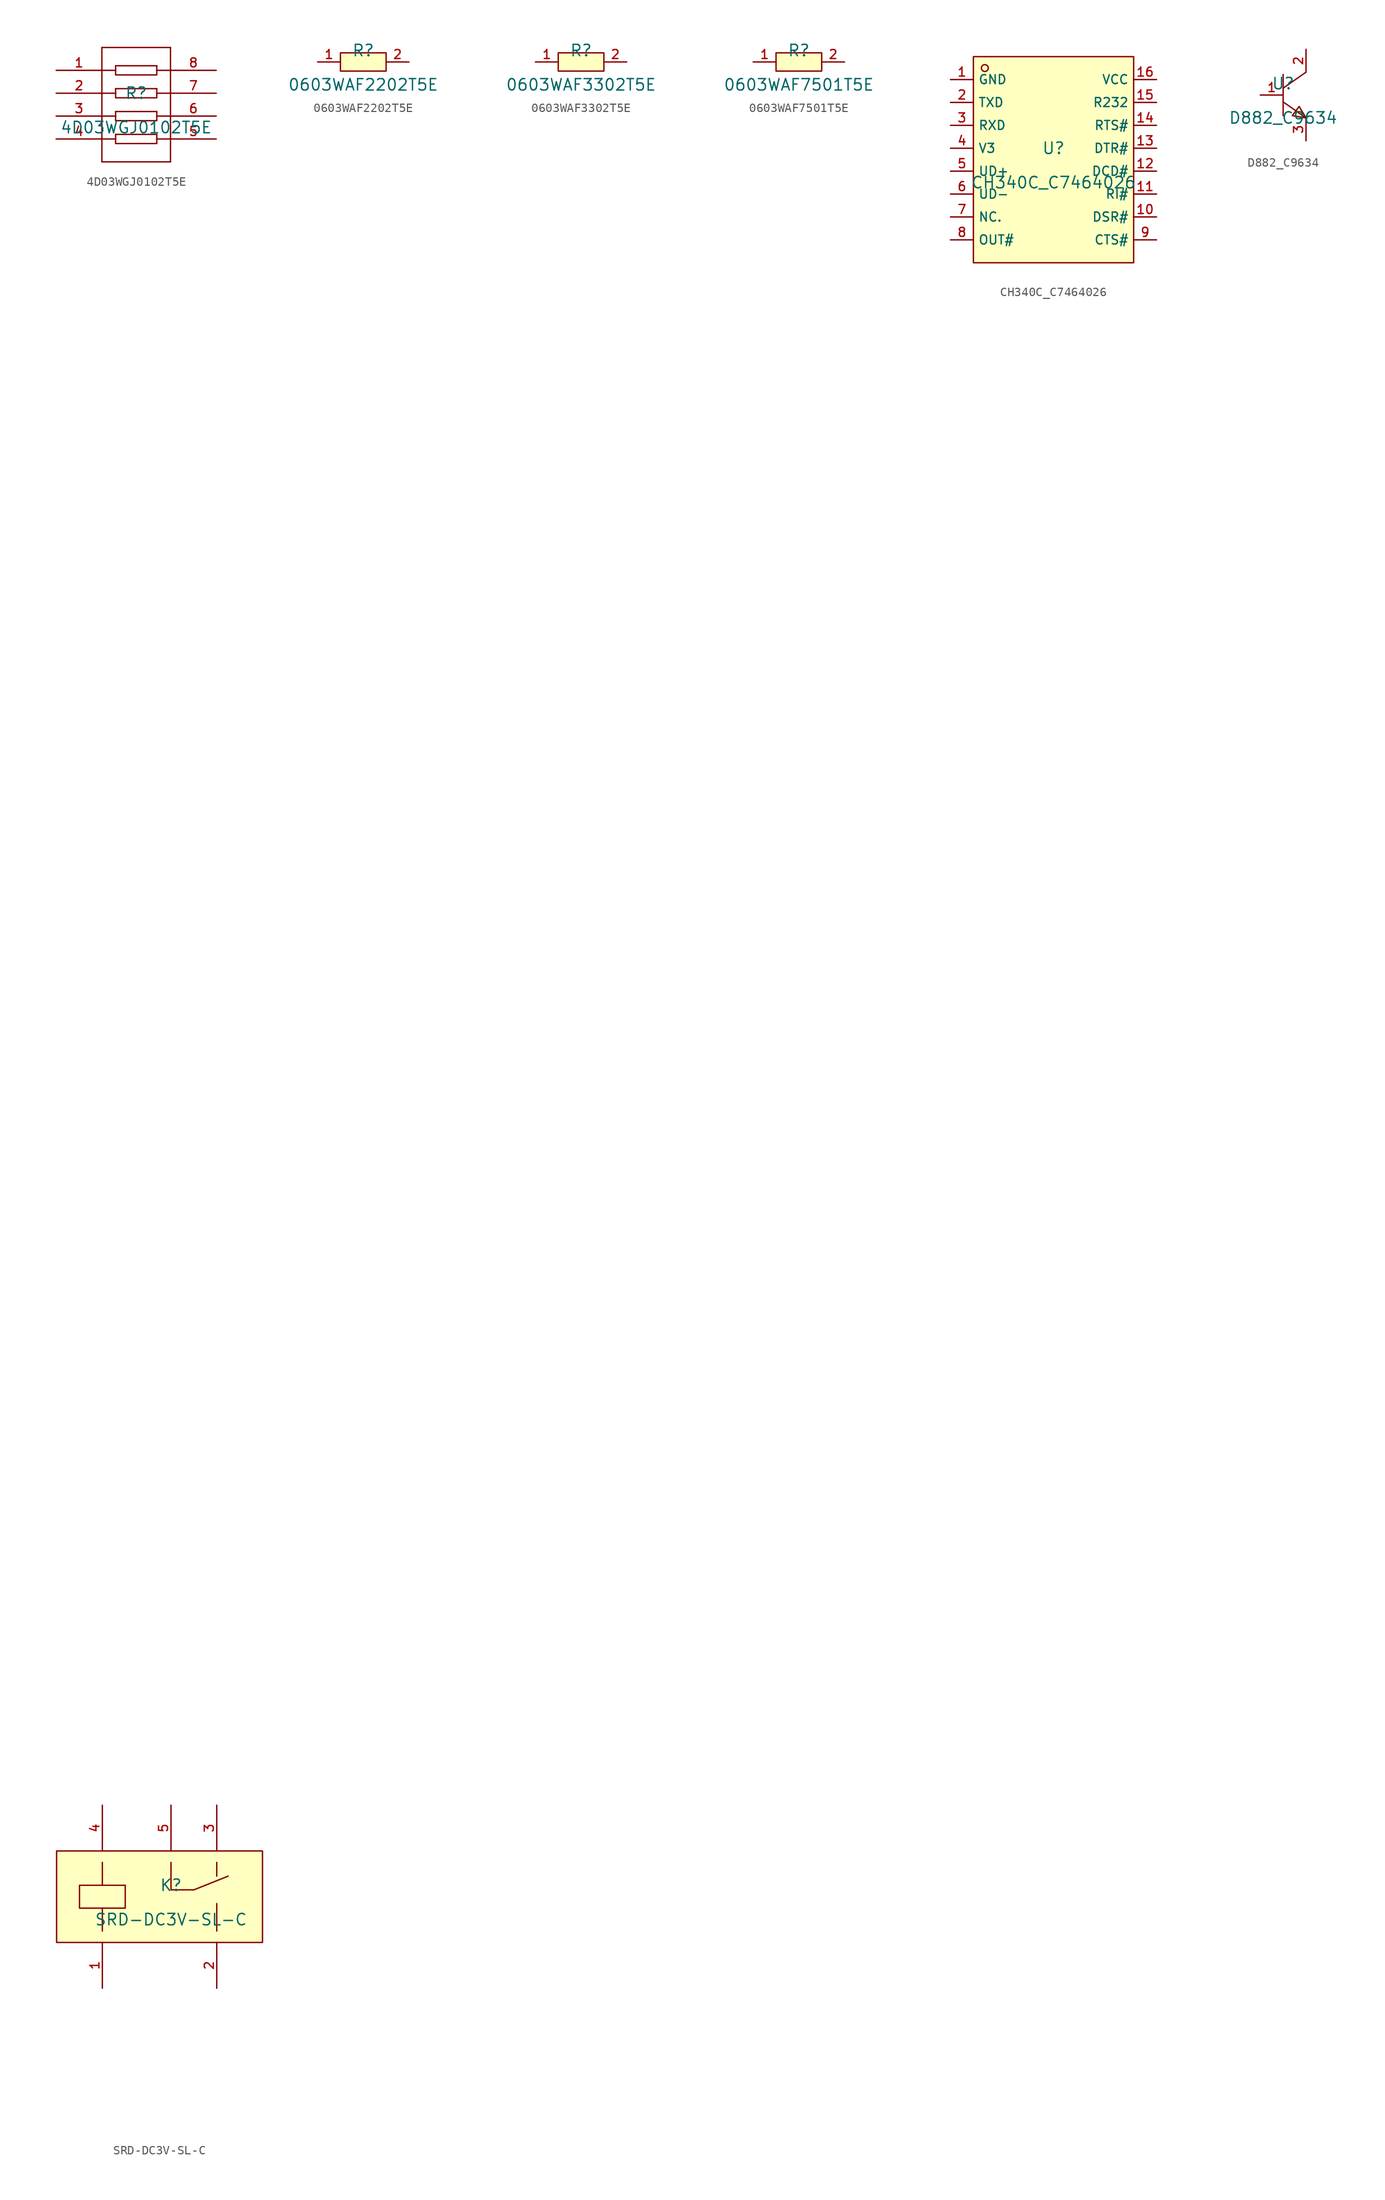
<source format=kicad_sym>
(kicad_symbol_lib
  (version 20210201)
  (generator TousstNicolas/JLC2KiCad_lib)
  (symbol "4D03WGJ0102T5E"
    (pin_names hide)
    (property "Reference" "R"
      (at 0 1.27 0)
      (effects (font (size 1.27 1.27))))
    (property "Value" "4D03WGJ0102T5E"
      (at 0 -2.54 0)
      (effects (font (size 1.27 1.27))))
    (symbol "4D03WGJ0102T5E_0_1"
      (pin input line (at -8.89 3.81 0) (length 5.08) (name "1" (effects (font (size 1 1)))) (number "1" (effects (font (size 1 1)))))
      (pin input line (at -8.89 1.27 0) (length 5.08) (name "2" (effects (font (size 1 1)))) (number "2" (effects (font (size 1 1)))))
      (pin input line (at -8.89 -1.27 0) (length 5.08) (name "3" (effects (font (size 1 1)))) (number "3" (effects (font (size 1 1)))))
      (pin input line (at -8.89 -3.81 0) (length 5.08) (name "4" (effects (font (size 1 1)))) (number "4" (effects (font (size 1 1)))))
      (pin input line (at 8.89 -3.81 180) (length 5.08) (name "5" (effects (font (size 1 1)))) (number "5" (effects (font (size 1 1)))))
      (pin input line (at 8.89 -1.27 180) (length 5.08) (name "6" (effects (font (size 1 1)))) (number "6" (effects (font (size 1 1)))))
      (pin input line (at 8.89 1.27 180) (length 5.08) (name "7" (effects (font (size 1 1)))) (number "7" (effects (font (size 1 1)))))
      (pin input line (at 8.89 3.81 180) (length 5.08) (name "8" (effects (font (size 1 1)))) (number "8" (effects (font (size 1 1)))))
      (polyline (pts (xy -3.81 -3.81) (xy -2.286 -3.81)) (stroke (width 0) (type default) (color 0 0 0 0)) (fill (type none)))
      (polyline (pts (xy -3.81 6.35) (xy -3.81 -6.35)) (stroke (width 0) (type default) (color 0 0 0 0)) (fill (type none)))
      (polyline (pts (xy 3.81 6.35) (xy 3.81 -6.35)) (stroke (width 0) (type default) (color 0 0 0 0)) (fill (type none)))
      (polyline (pts (xy -3.81 3.81) (xy -2.286 3.81)) (stroke (width 0) (type default) (color 0 0 0 0)) (fill (type none)))
      (polyline (pts (xy -3.81 -1.27) (xy -2.286 -1.27)) (stroke (width 0) (type default) (color 0 0 0 0)) (fill (type none)))
      (polyline (pts (xy -3.81 6.35) (xy 3.81 6.35)) (stroke (width 0) (type default) (color 0 0 0 0)) (fill (type none)))
      (polyline (pts (xy -3.81 1.27) (xy -2.286 1.27)) (stroke (width 0) (type default) (color 0 0 0 0)) (fill (type none)))
      (polyline (pts (xy -2.286 4.318) (xy 2.286 4.318)) (stroke (width 0) (type default) (color 0 0 0 0)) (fill (type none)))
      (polyline (pts (xy -2.286 4.318) (xy -2.286 3.302) (xy 2.286 3.302) (xy 2.286 4.318)) (stroke (width 0) (type default) (color 0 0 0 0)) (fill (type none)))
      (polyline (pts (xy -2.286 1.778) (xy 2.286 1.778)) (stroke (width 0) (type default) (color 0 0 0 0)) (fill (type none)))
      (polyline (pts (xy -2.286 1.778) (xy -2.286 0.762) (xy 2.286 0.762) (xy 2.286 1.778)) (stroke (width 0) (type default) (color 0 0 0 0)) (fill (type none)))
      (polyline (pts (xy -2.286 -0.762) (xy 2.286 -0.762)) (stroke (width 0) (type default) (color 0 0 0 0)) (fill (type none)))
      (polyline (pts (xy -2.286 -0.762) (xy -2.286 -1.778) (xy 2.286 -1.778) (xy 2.286 -0.762)) (stroke (width 0) (type default) (color 0 0 0 0)) (fill (type none)))
      (polyline (pts (xy -2.286 -3.302) (xy 2.286 -3.302)) (stroke (width 0) (type default) (color 0 0 0 0)) (fill (type none)))
      (polyline (pts (xy -2.286 -3.302) (xy -2.286 -4.318) (xy 2.286 -4.318) (xy 2.286 -3.302)) (stroke (width 0) (type default) (color 0 0 0 0)) (fill (type none)))
      (polyline (pts (xy 2.286 3.81) (xy 3.81 3.81)) (stroke (width 0) (type default) (color 0 0 0 0)) (fill (type none)))
      (polyline (pts (xy 2.286 1.27) (xy 3.81 1.27)) (stroke (width 0) (type default) (color 0 0 0 0)) (fill (type none)))
      (polyline (pts (xy 2.286 -1.27) (xy 3.81 -1.27)) (stroke (width 0) (type default) (color 0 0 0 0)) (fill (type none)))
      (polyline (pts (xy 2.286 -3.81) (xy 3.81 -3.81)) (stroke (width 0) (type default) (color 0 0 0 0)) (fill (type none)))
      (polyline (pts (xy -3.81 -6.35) (xy 3.81 -6.35)) (stroke (width 0) (type default) (color 0 0 0 0)) (fill (type none)))))
  (symbol "0603WAF2202T5E"
    (pin_names hide)
    (property "Reference" "R"
      (at 0 1.27 0)
      (effects (font (size 1.27 1.27))))
    (property "Value" "0603WAF2202T5E"
      (at 0 -2.54 0)
      (effects (font (size 1.27 1.27))))
    (symbol "0603WAF2202T5E_0_1"
      (pin input line (at 5.08 -0.0 180) (length 2.54) (name "2" (effects (font (size 1 1)))) (number "2" (effects (font (size 1 1)))))
      (pin input line (at -5.08 -0.0 0) (length 2.54) (name "1" (effects (font (size 1 1)))) (number "1" (effects (font (size 1 1)))))
      (rectangle (start -2.54 1.016) (end 2.54 -1.016) (stroke (width 0) (type default) (color 0 0 0 0)) (fill (type background)))))
  (symbol "0603WAF3302T5E"
    (pin_names hide)
    (property "Reference" "R"
      (at 0 1.27 0)
      (effects (font (size 1.27 1.27))))
    (property "Value" "0603WAF3302T5E"
      (at 0 -2.54 0)
      (effects (font (size 1.27 1.27))))
    (symbol "0603WAF3302T5E_0_1"
      (pin input line (at 5.08 -0.0 180) (length 2.54) (name "2" (effects (font (size 1 1)))) (number "2" (effects (font (size 1 1)))))
      (pin input line (at -5.08 -0.0 0) (length 2.54) (name "1" (effects (font (size 1 1)))) (number "1" (effects (font (size 1 1)))))
      (rectangle (start -2.54 1.016) (end 2.54 -1.016) (stroke (width 0) (type default) (color 0 0 0 0)) (fill (type background)))))
  (symbol "0603WAF7501T5E"
    (pin_names hide)
    (property "Reference" "R"
      (at 0 1.27 0)
      (effects (font (size 1.27 1.27))))
    (property "Value" "0603WAF7501T5E"
      (at 0 -2.54 0)
      (effects (font (size 1.27 1.27))))
    (symbol "0603WAF7501T5E_0_1"
      (pin input line (at 5.08 -0.0 180) (length 2.54) (name "2" (effects (font (size 1 1)))) (number "2" (effects (font (size 1 1)))))
      (pin input line (at -5.08 -0.0 0) (length 2.54) (name "1" (effects (font (size 1 1)))) (number "1" (effects (font (size 1 1)))))
      (rectangle (start -2.54 1.016) (end 2.54 -1.016) (stroke (width 0) (type default) (color 0 0 0 0)) (fill (type background)))))
  (symbol "CH340C_C7464026"
    (property "Reference" "U"
      (at 0 1.27 0)
      (effects (font (size 1.27 1.27))))
    (property "Value" "CH340C_C7464026"
      (at 0 -2.54 0)
      (effects (font (size 1.27 1.27))))
    (symbol "CH340C_C7464026_0_1"
      (rectangle (start -8.89 11.43) (end 8.89 -11.43) (stroke (width 0) (type default) (color 0 0 0 0)) (fill (type background)))
      (circle (center -7.62 10.16) (radius 0.381) (stroke (width 0) (type default) (color 0 0 0 0)) (fill (type background)))
      (pin unspecified line (at -11.43 8.89 0) (length 2.54) (name "GND" (effects (font (size 1 1)))) (number "1" (effects (font (size 1 1)))))
      (pin unspecified line (at -11.43 6.35 0) (length 2.54) (name "TXD" (effects (font (size 1 1)))) (number "2" (effects (font (size 1 1)))))
      (pin unspecified line (at -11.43 3.81 0) (length 2.54) (name "RXD" (effects (font (size 1 1)))) (number "3" (effects (font (size 1 1)))))
      (pin unspecified line (at -11.43 1.27 0) (length 2.54) (name "V3" (effects (font (size 1 1)))) (number "4" (effects (font (size 1 1)))))
      (pin unspecified line (at -11.43 -1.27 0) (length 2.54) (name "UD+" (effects (font (size 1 1)))) (number "5" (effects (font (size 1 1)))))
      (pin unspecified line (at -11.43 -3.81 0) (length 2.54) (name "UD-" (effects (font (size 1 1)))) (number "6" (effects (font (size 1 1)))))
      (pin unspecified line (at -11.43 -6.35 0) (length 2.54) (name "NC." (effects (font (size 1 1)))) (number "7" (effects (font (size 1 1)))))
      (pin unspecified line (at -11.43 -8.89 0) (length 2.54) (name "OUT#" (effects (font (size 1 1)))) (number "8" (effects (font (size 1 1)))))
      (pin unspecified line (at 11.43 -8.89 180) (length 2.54) (name "CTS#" (effects (font (size 1 1)))) (number "9" (effects (font (size 1 1)))))
      (pin unspecified line (at 11.43 -6.35 180) (length 2.54) (name "DSR#" (effects (font (size 1 1)))) (number "10" (effects (font (size 1 1)))))
      (pin unspecified line (at 11.43 -3.81 180) (length 2.54) (name "RI#" (effects (font (size 1 1)))) (number "11" (effects (font (size 1 1)))))
      (pin unspecified line (at 11.43 -1.27 180) (length 2.54) (name "DCD#" (effects (font (size 1 1)))) (number "12" (effects (font (size 1 1)))))
      (pin unspecified line (at 11.43 1.27 180) (length 2.54) (name "DTR#" (effects (font (size 1 1)))) (number "13" (effects (font (size 1 1)))))
      (pin unspecified line (at 11.43 3.81 180) (length 2.54) (name "RTS#" (effects (font (size 1 1)))) (number "14" (effects (font (size 1 1)))))
      (pin unspecified line (at 11.43 6.35 180) (length 2.54) (name "R232" (effects (font (size 1 1)))) (number "15" (effects (font (size 1 1)))))
      (pin unspecified line (at 11.43 8.89 180) (length 2.54) (name "VCC" (effects (font (size 1 1)))) (number "16" (effects (font (size 1 1)))))))
  (symbol "D882_C9634"
    (pin_names hide)
    (property "Reference" "U"
      (at 0 1.27 0)
      (effects (font (size 1.27 1.27))))
    (property "Value" "D882_C9634"
      (at 0 -2.54 0)
      (effects (font (size 1.27 1.27))))
    (symbol "D882_C9634_0_1"
      (pin input line (at -2.54 -0.0 0) (length 2.54) (name "B" (effects (font (size 1 1)))) (number "1" (effects (font (size 1 1)))))
      (pin input line (at 2.54 5.08 270) (length 2.54) (name "C" (effects (font (size 1 1)))) (number "2" (effects (font (size 1 1)))))
      (pin input line (at 2.54 -5.08 90) (length 2.54) (name "E" (effects (font (size 1 1)))) (number "3" (effects (font (size 1 1)))))
      (polyline (pts (xy 2.54 2.54) (xy 0.0 0.762)) (stroke (width 0) (type default) (color 0 0 0 0)) (fill (type none)))
      (polyline (pts (xy 0.0 -0.762) (xy 2.54 -2.54)) (stroke (width 0) (type default) (color 0 0 0 0)) (fill (type none)))
      (polyline (pts (xy 0.0 2.286) (xy 0.0 -2.286)) (stroke (width 0) (type default) (color 0 0 0 0)) (fill (type none)))
      (polyline (pts (xy 2.54 -2.54) (xy 1.778 -1.27) (xy 1.016 -2.286) (xy 2.54 -2.54)) (stroke (width 0) (type default) (color 0 0 0 0)) (fill (type background)))))
  (symbol "SRD-DC3V-SL-C"
    (pin_names hide)
    (property "Reference" "K"
      (at 0 1.27 0)
      (effects (font (size 1.27 1.27))))
    (property "Value" "SRD-DC3V-SL-C"
      (at 0 -2.54 0)
      (effects (font (size 1.27 1.27))))
    (symbol "SRD-DC3V-SL-C_0_1"
      (rectangle (start -12.7 5.08) (end 10.16 -5.08) (stroke (width 0) (type default) (color 0 0 0 0)) (fill (type background)))
      (pin input line (at -7.62 -10.16 90) (length 5.08) (name "1" (effects (font (size 1 1)))) (number "1" (effects (font (size 1 1)))))
      (pin input line (at 5.08 -10.16 90) (length 5.08) (name "2" (effects (font (size 1 1)))) (number "2" (effects (font (size 1 1)))))
      (pin input line (at 5.08 10.16 270) (length 5.08) (name "3" (effects (font (size 1 1)))) (number "3" (effects (font (size 1 1)))))
      (pin input line (at -7.62 10.16 270) (length 5.08) (name "4" (effects (font (size 1 1)))) (number "4" (effects (font (size 1 1)))))
      (pin input line (at 0.0 10.16 270) (length 5.08) (name "5" (effects (font (size 1 1)))) (number "5" (effects (font (size 1 1)))))
      (polyline (pts (xy -7.62 -3.81) (xy -7.62 -1.27)) (stroke (width 0) (type default) (color 0 0 0 0)) (fill (type none)))
      (polyline (pts (xy -7.62 1.27) (xy -7.62 3.81)) (stroke (width 0) (type default) (color 0 0 0 0)) (fill (type none)))
      (polyline (pts (xy -10.16 1.27) (xy -10.16 -1.27) (xy -5.08 -1.27) (xy -5.08 1.27) (xy -10.16 1.27)) (stroke (width 0) (type default) (color 0 0 0 0)) (fill (type none)))
      (arc (start -7.111887350758866 148.33604270383543) (mid -7.111887350758852 148.8440436563373) (end -7.1123953517113705 148.33604295783596) (stroke (width 0) (type default) (color 0 0 0 0)) (fill (type none)))
      (arc (start -7.111887350758866 155.95605794386591) (mid -7.111887350758852 156.4640588963678) (end -7.1123953517113705 155.95605819786644) (stroke (width 0) (type default) (color 0 0 0 0)) (fill (type none)))
      (polyline (pts (xy 0.0 3.81) (xy 0.0 0.762) (xy 2.54 0.762)) (stroke (width 0) (type default) (color 0 0 0 0)) (fill (type none)))
      (polyline (pts (xy 5.08 -3.81) (xy 5.08 -0.762)) (stroke (width 0) (type default) (color 0 0 0 0)) (fill (type none)))
      (polyline (pts (xy 5.08 3.81) (xy 5.08 2.286)) (stroke (width 0) (type default) (color 0 0 0 0)) (fill (type none)))
      (polyline (pts (xy 2.54 0.762) (xy 6.35 2.286)) (stroke (width 0) (type default) (color 0 0 0 0)) (fill (type none)))
      (arc (start 5.588138049291935 155.95605794386591) (mid 5.588138049291949 156.4640588963678) (end 5.58763004833943 155.95605819786644) (stroke (width 0) (type default) (color 0 0 0 0)) (fill (type none)))
      (arc (start 0.5081278892716146 148.33604270383543) (mid 0.5081278892716291 148.8440436563373) (end 0.5076198883191096 148.33604295783596) (stroke (width 0) (type default) (color 0 0 0 0)) (fill (type none)))
      (arc (start 5.588138049291935 148.33604270383543) (mid 5.588138049291949 148.8440436563373) (end 5.58763004833943 148.33604295783596) (stroke (width 0) (type default) (color 0 0 0 0)) (fill (type none))))))
</source>
